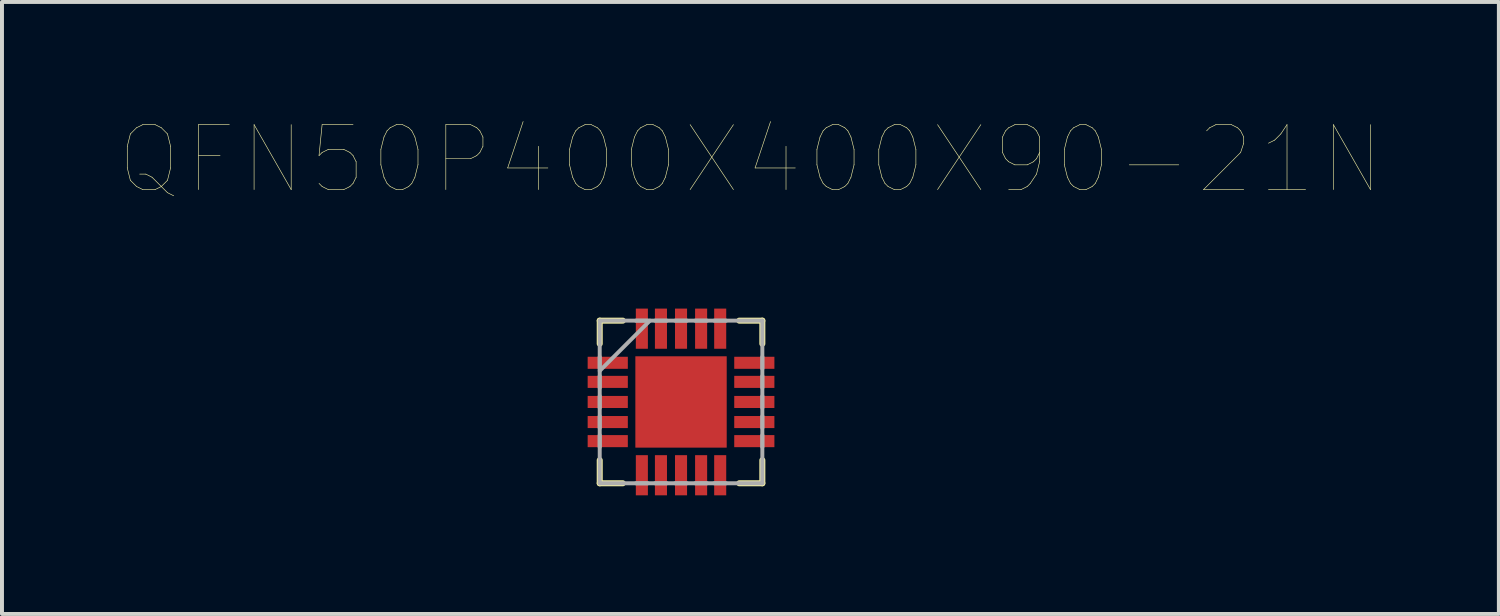
<source format=kicad_pcb>
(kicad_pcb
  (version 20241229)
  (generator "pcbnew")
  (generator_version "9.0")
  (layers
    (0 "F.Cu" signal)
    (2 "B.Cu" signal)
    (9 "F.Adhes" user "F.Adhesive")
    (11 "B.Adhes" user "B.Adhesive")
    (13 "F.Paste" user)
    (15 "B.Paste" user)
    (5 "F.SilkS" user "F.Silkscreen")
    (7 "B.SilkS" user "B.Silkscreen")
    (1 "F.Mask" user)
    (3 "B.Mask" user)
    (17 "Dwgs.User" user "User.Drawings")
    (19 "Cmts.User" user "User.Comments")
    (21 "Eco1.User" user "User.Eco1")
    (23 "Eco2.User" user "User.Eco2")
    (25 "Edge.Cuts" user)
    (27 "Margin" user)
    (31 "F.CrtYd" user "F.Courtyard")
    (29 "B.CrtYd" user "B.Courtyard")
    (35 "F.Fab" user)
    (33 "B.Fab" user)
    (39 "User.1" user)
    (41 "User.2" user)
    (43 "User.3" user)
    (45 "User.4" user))
  (footprint "QFN50P400X400X90-21N"
    (layer "F.Cu")
    (at 14.179 7.119)
    (property "Reference" "QFN50P400X400X90-21N" (at 1.756 -6.132 0) (layer "F.SilkS") (effects (font (size 1.643 1.643) (thickness 0.015))))
    (attr through_hole)
    (fp_line (start -2.057 -2.057) (end -2.057 -1.473) (stroke (width 0.152) (type solid)) (layer "F.SilkS"))
    (fp_line (start -2.057 1.473) (end -2.057 2.057) (stroke (width 0.152) (type solid)) (layer "F.SilkS"))
    (fp_line (start -2.057 2.057) (end -1.473 2.057) (stroke (width 0.152) (type solid)) (layer "F.SilkS"))
    (fp_line (start -1.473 -2.057) (end -2.057 -2.057) (stroke (width 0.152) (type solid)) (layer "F.SilkS"))
    (fp_line (start 1.473 2.057) (end 2.057 2.057) (stroke (width 0.152) (type solid)) (layer "F.SilkS"))
    (fp_line (start 2.057 -2.057) (end 1.473 -2.057) (stroke (width 0.152) (type solid)) (layer "F.SilkS"))
    (fp_line (start 2.057 -1.473) (end 2.057 -2.057) (stroke (width 0.152) (type solid)) (layer "F.SilkS"))
    (fp_line (start 2.057 2.057) (end 2.057 1.473) (stroke (width 0.152) (type solid)) (layer "F.SilkS"))
    (fp_line (start -2.057 -2.057) (end -2.057 2.057) (stroke (width 0.1) (type solid)) (layer "F.Fab"))
    (fp_line (start -2.057 -1.143) (end -2.057 -0.838) (stroke (width 0.1) (type solid)) (layer "F.Fab"))
    (fp_line (start -2.057 -0.787) (end -0.787 -2.057) (stroke (width 0.1) (type solid)) (layer "F.Fab"))
    (fp_line (start -2.057 -0.66) (end -2.057 -0.356) (stroke (width 0.1) (type solid)) (layer "F.Fab"))
    (fp_line (start -2.057 -0.152) (end -2.057 0.152) (stroke (width 0.1) (type solid)) (layer "F.Fab"))
    (fp_line (start -2.057 0.356) (end -2.057 0.66) (stroke (width 0.1) (type solid)) (layer "F.Fab"))
    (fp_line (start -2.057 0.838) (end -2.057 1.143) (stroke (width 0.1) (type solid)) (layer "F.Fab"))
    (fp_line (start -2.057 2.057) (end 2.057 2.057) (stroke (width 0.1) (type solid)) (layer "F.Fab"))
    (fp_line (start -1.143 2.057) (end -0.838 2.057) (stroke (width 0.1) (type solid)) (layer "F.Fab"))
    (fp_line (start -0.838 -2.057) (end -1.143 -2.057) (stroke (width 0.1) (type solid)) (layer "F.Fab"))
    (fp_line (start -0.66 2.057) (end -0.356 2.057) (stroke (width 0.1) (type solid)) (layer "F.Fab"))
    (fp_line (start -0.356 -2.057) (end -0.66 -2.057) (stroke (width 0.1) (type solid)) (layer "F.Fab"))
    (fp_line (start -0.152 2.057) (end 0.152 2.057) (stroke (width 0.1) (type solid)) (layer "F.Fab"))
    (fp_line (start 0.152 -2.057) (end -0.152 -2.057) (stroke (width 0.1) (type solid)) (layer "F.Fab"))
    (fp_line (start 0.356 2.057) (end 0.66 2.057) (stroke (width 0.1) (type solid)) (layer "F.Fab"))
    (fp_line (start 0.66 -2.057) (end 0.356 -2.057) (stroke (width 0.1) (type solid)) (layer "F.Fab"))
    (fp_line (start 0.838 2.057) (end 1.143 2.057) (stroke (width 0.1) (type solid)) (layer "F.Fab"))
    (fp_line (start 1.143 -2.057) (end 0.838 -2.057) (stroke (width 0.1) (type solid)) (layer "F.Fab"))
    (fp_line (start 2.057 -2.057) (end -2.057 -2.057) (stroke (width 0.1) (type solid)) (layer "F.Fab"))
    (fp_line (start 2.057 -0.838) (end 2.057 -1.143) (stroke (width 0.1) (type solid)) (layer "F.Fab"))
    (fp_line (start 2.057 -0.356) (end 2.057 -0.66) (stroke (width 0.1) (type solid)) (layer "F.Fab"))
    (fp_line (start 2.057 0.152) (end 2.057 -0.152) (stroke (width 0.1) (type solid)) (layer "F.Fab"))
    (fp_line (start 2.057 0.66) (end 2.057 0.356) (stroke (width 0.1) (type solid)) (layer "F.Fab"))
    (fp_line (start 2.057 1.143) (end 2.057 0.838) (stroke (width 0.1) (type solid)) (layer "F.Fab"))
    (fp_line (start 2.057 2.057) (end 2.057 -2.057) (stroke (width 0.1) (type solid)) (layer "F.Fab"))
    (pad "1" smd rect (at -1.854 -0.991) (size 1.016 0.305) (layers "F.Cu" "F.Mask" "F.Paste"))
    (pad "2" smd rect (at -1.854 -0.508) (size 1.016 0.305) (layers "F.Cu" "F.Mask" "F.Paste"))
    (pad "3" smd rect (at -1.854 0) (size 1.016 0.305) (layers "F.Cu" "F.Mask" "F.Paste"))
    (pad "4" smd rect (at -1.854 0.508) (size 1.016 0.305) (layers "F.Cu" "F.Mask" "F.Paste"))
    (pad "5" smd rect (at -1.854 0.991) (size 1.016 0.305) (layers "F.Cu" "F.Mask" "F.Paste"))
    (pad "6" smd rect (at -0.991 1.854) (size 0.305 1.016) (layers "F.Cu" "F.Mask" "F.Paste"))
    (pad "7" smd rect (at -0.508 1.854) (size 0.305 1.016) (layers "F.Cu" "F.Mask" "F.Paste"))
    (pad "8" smd rect (at 0 1.854) (size 0.305 1.016) (layers "F.Cu" "F.Mask" "F.Paste"))
    (pad "9" smd rect (at 0.508 1.854) (size 0.305 1.016) (layers "F.Cu" "F.Mask" "F.Paste"))
    (pad "10" smd rect (at 0.991 1.854) (size 0.305 1.016) (layers "F.Cu" "F.Mask" "F.Paste"))
    (pad "11" smd rect (at 1.854 0.991) (size 1.016 0.305) (layers "F.Cu" "F.Mask" "F.Paste"))
    (pad "12" smd rect (at 1.854 0.508) (size 1.016 0.305) (layers "F.Cu" "F.Mask" "F.Paste"))
    (pad "13" smd rect (at 1.854 0) (size 1.016 0.305) (layers "F.Cu" "F.Mask" "F.Paste"))
    (pad "14" smd rect (at 1.854 -0.508) (size 1.016 0.305) (layers "F.Cu" "F.Mask" "F.Paste"))
    (pad "15" smd rect (at 1.854 -0.991) (size 1.016 0.305) (layers "F.Cu" "F.Mask" "F.Paste"))
    (pad "16" smd rect (at 0.991 -1.854) (size 0.305 1.016) (layers "F.Cu" "F.Mask" "F.Paste"))
    (pad "17" smd rect (at 0.508 -1.854) (size 0.305 1.016) (layers "F.Cu" "F.Mask" "F.Paste"))
    (pad "18" smd rect (at 0 -1.854) (size 0.305 1.016) (layers "F.Cu" "F.Mask" "F.Paste"))
    (pad "19" smd rect (at -0.508 -1.854) (size 0.305 1.016) (layers "F.Cu" "F.Mask" "F.Paste"))
    (pad "20" smd rect (at -0.991 -1.854) (size 0.305 1.016) (layers "F.Cu" "F.Mask" "F.Paste"))
    (pad "21" smd rect (at 0 0) (size 2.311 2.311) (layers "F.Cu" "F.Mask" "F.Paste")))
  (gr_rect
    (start -3 -3)
    (end 34.869 12.482)
    (stroke (width 0.1) (type default))
    (fill no)
    (layer "Edge.Cuts")))
</source>
